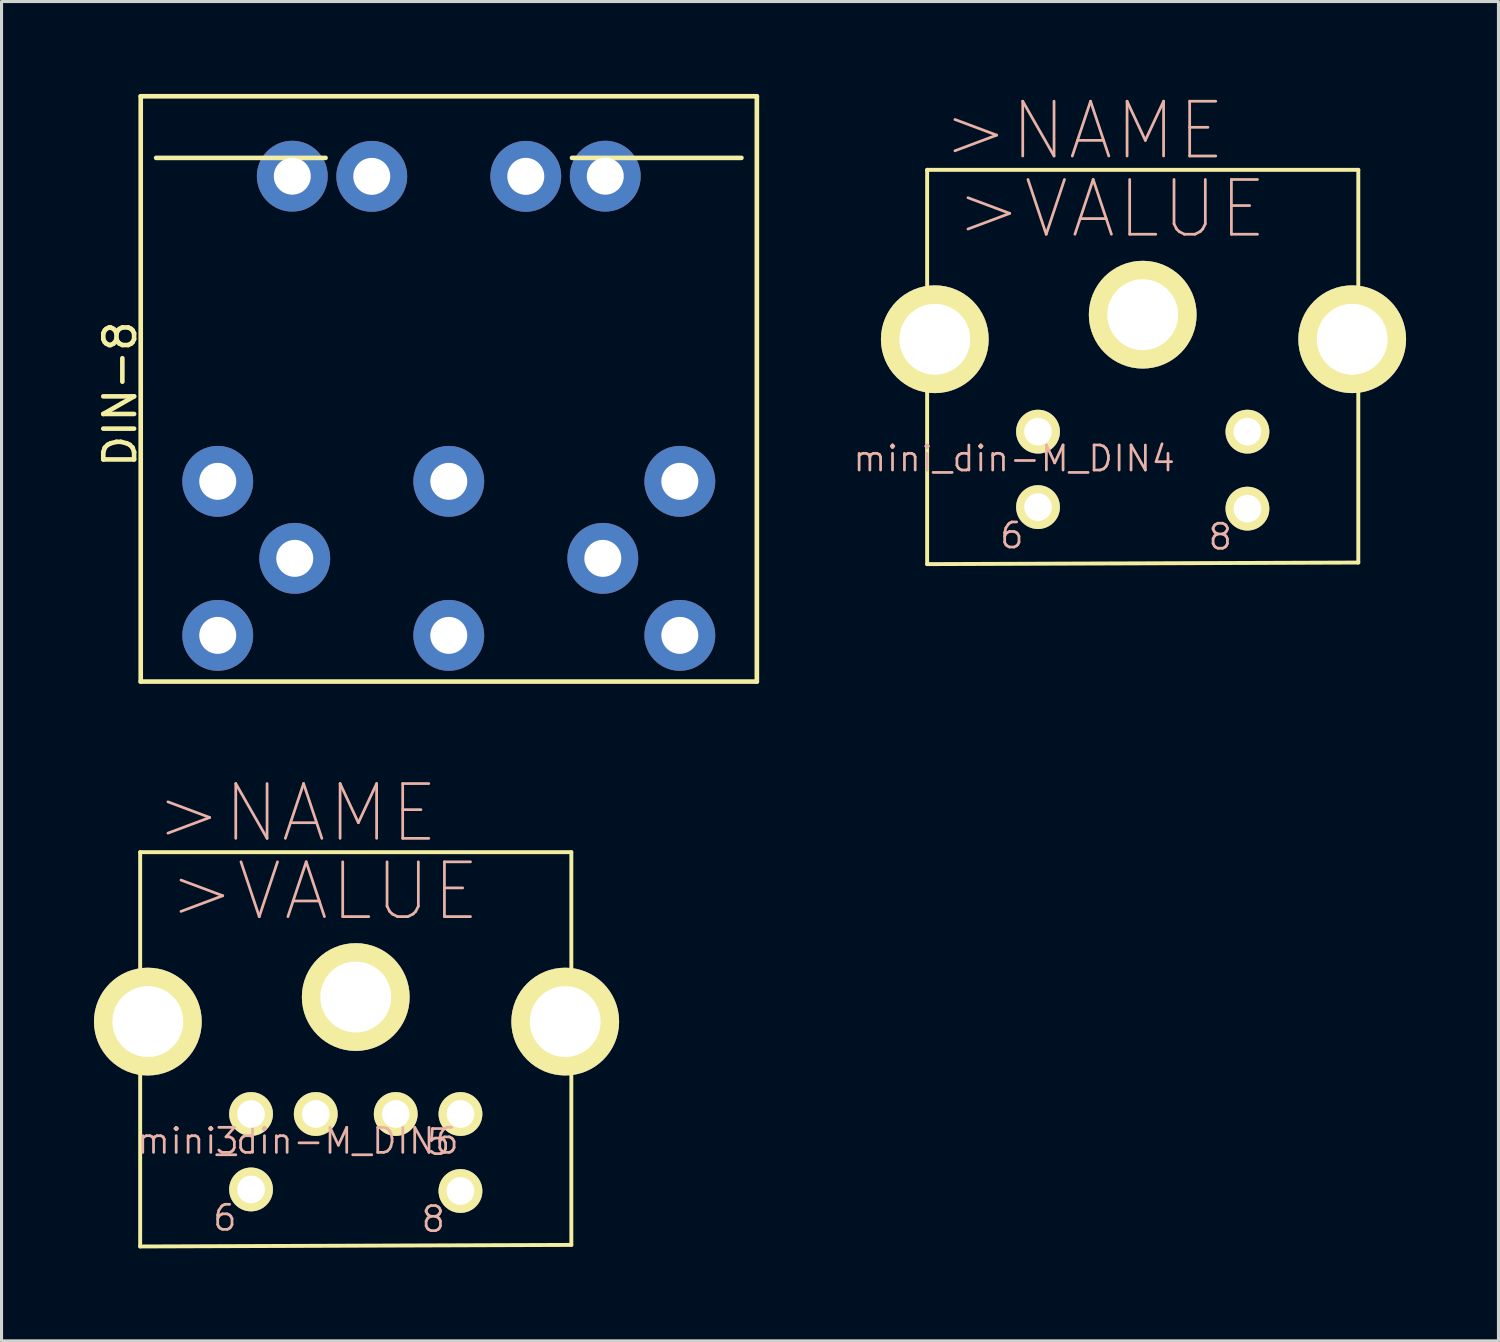
<source format=kicad_pcb>
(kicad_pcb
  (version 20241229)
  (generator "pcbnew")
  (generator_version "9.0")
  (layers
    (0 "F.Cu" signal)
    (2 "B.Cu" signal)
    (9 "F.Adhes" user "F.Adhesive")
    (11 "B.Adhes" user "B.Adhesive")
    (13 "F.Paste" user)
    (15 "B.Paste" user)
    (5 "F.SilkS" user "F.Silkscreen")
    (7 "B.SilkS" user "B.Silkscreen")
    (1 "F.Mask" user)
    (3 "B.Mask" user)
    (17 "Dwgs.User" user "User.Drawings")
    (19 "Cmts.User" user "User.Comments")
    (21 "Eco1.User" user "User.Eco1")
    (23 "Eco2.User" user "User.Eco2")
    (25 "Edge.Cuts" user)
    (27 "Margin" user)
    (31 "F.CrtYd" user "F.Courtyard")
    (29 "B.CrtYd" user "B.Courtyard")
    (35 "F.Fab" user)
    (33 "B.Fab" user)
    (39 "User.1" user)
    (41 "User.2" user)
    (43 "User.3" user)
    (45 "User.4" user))
  (footprint "DIN-8"
    (layer "F.Cu")
    (at 11.518 12.575)
    (property "Reference" "DIN-8" (at -10.67 -2.83 270) (layer "F.SilkS") (effects (font (size 1 1) (thickness 0.15))))
    (attr through_hole)
    (fp_line (start -10 -12.5) (end -10 6.5) (stroke (width 0.15) (type solid)) (layer "F.SilkS"))
    (fp_line (start -10 6.5) (end 10 6.5) (stroke (width 0.15) (type solid)) (layer "F.SilkS"))
    (fp_line (start -9.5 -10.5) (end -4 -10.5) (stroke (width 0.15) (type solid)) (layer "F.SilkS"))
    (fp_line (start 4 -10.5) (end 9.5 -10.5) (stroke (width 0.15) (type solid)) (layer "F.SilkS"))
    (fp_line (start 10 -12.5) (end -10 -12.5) (stroke (width 0.15) (type solid)) (layer "F.SilkS"))
    (fp_line (start 10 6.5) (end 10 -12.5) (stroke (width 0.15) (type solid)) (layer "F.SilkS"))
    (pad "" thru_hole circle (at -5.08 -9.906) (size 2.3 2.3) (drill 1.2) (layers "*.Cu" "*.Mask"))
    (pad "" thru_hole circle (at -2.5 -9.9) (size 2.3 2.3) (drill 1.2) (layers "*.Cu" "*.Mask"))
    (pad "" thru_hole circle (at 2.5 -9.9) (size 2.3 2.3) (drill 1.2) (layers "*.Cu" "*.Mask"))
    (pad "" thru_hole circle (at 5.08 -9.906) (size 2.3 2.3) (drill 1.2) (layers "*.Cu" "*.Mask"))
    (pad "1" thru_hole circle (at -7.5 0) (size 2.3 2.3) (drill 1.2) (layers "*.Cu" "*.Mask"))
    (pad "2" thru_hole circle (at 0 0) (size 2.3 2.3) (drill 1.2) (layers "*.Cu" "*.Mask"))
    (pad "3" thru_hole circle (at 7.5 0) (size 2.3 2.3) (drill 1.2) (layers "*.Cu" "*.Mask"))
    (pad "4" thru_hole circle (at -5 2.5) (size 2.3 2.3) (drill 1.2) (layers "*.Cu" "*.Mask"))
    (pad "5" thru_hole circle (at 5 2.5) (size 2.3 2.3) (drill 1.2) (layers "*.Cu" "*.Mask"))
    (pad "6" thru_hole circle (at -7.5 5) (size 2.3 2.3) (drill 1.2) (layers "*.Cu" "*.Mask"))
    (pad "7" thru_hole circle (at 7.5 5) (size 2.3 2.3) (drill 1.2) (layers "*.Cu" "*.Mask"))
    (pad "8" thru_hole circle (at 0 5) (size 2.3 2.3) (drill 1.2) (layers "*.Cu" "*.Mask")))
  (footprint "mini_din-M_DIN6"
    (layer "F.Cu")
    (at 8.498 29.363)
    (property "Reference" "mini_din-M_DIN6" (at -1.88 4.623 0) (layer "B.SilkS") (effects (font (size 0.813 0.813) (thickness 0.089))))
    (attr exclude_from_pos_files exclude_from_bom)
    (fp_line (start -6.998 -4.75) (end -6.998 -0.249) (stroke (width 0.127) (type solid)) (layer "F.SilkS"))
    (fp_line (start -6.998 -0.249) (end -6.998 8.049) (stroke (width 0.127) (type solid)) (layer "F.SilkS"))
    (fp_line (start -6.998 -0.249) (end -6.698 -0.249) (stroke (width 0.127) (type solid)) (layer "F.SilkS"))
    (fp_line (start -6.998 8.049) (end 6.998 7.998) (stroke (width 0.127) (type solid)) (layer "F.SilkS"))
    (fp_line (start -6.698 -0.249) (end -6.698 1.748) (stroke (width 0.127) (type solid)) (layer "F.SilkS"))
    (fp_line (start -6.698 1.748) (end -6.949 1.748) (stroke (width 0.127) (type solid)) (layer "F.SilkS"))
    (fp_line (start 6.698 -0.249) (end 6.698 1.748) (stroke (width 0.127) (type solid)) (layer "F.SilkS"))
    (fp_line (start 6.698 1.748) (end 6.998 1.748) (stroke (width 0.127) (type solid)) (layer "F.SilkS"))
    (fp_line (start 6.998 -4.75) (end -6.998 -4.75) (stroke (width 0.127) (type solid)) (layer "F.SilkS"))
    (fp_line (start 6.998 -0.249) (end 6.698 -0.249) (stroke (width 0.127) (type solid)) (layer "F.SilkS"))
    (fp_line (start 6.998 -0.249) (end 6.998 -4.75) (stroke (width 0.127) (type solid)) (layer "F.SilkS"))
    (fp_line (start 6.998 1.748) (end 6.998 -0.249) (stroke (width 0.127) (type solid)) (layer "F.SilkS"))
    (fp_line (start 6.998 7.998) (end 6.998 1.748) (stroke (width 0.127) (type solid)) (layer "F.SilkS"))
    (fp_text user ">NAME" (at -1.905 -6.017 0) (layer "B.SilkS") (effects (font (size 1.778 1.778) (thickness 0.089))))
    (fp_text user "6" (at -4.249 7.122 0) (layer "B.SilkS") (effects (font (size 0.813 0.813) (thickness 0.089))))
    (fp_text user "5" (at 2.685 4.663 0) (layer "B.SilkS") (effects (font (size 0.813 0.813) (thickness 0.089))))
    (fp_text user "3" (at -4.173 4.623 0) (layer "B.SilkS") (effects (font (size 0.813 0.813) (thickness 0.089))))
    (fp_text user ">VALUE" (at -1.016 -3.477 0) (layer "B.SilkS") (effects (font (size 1.778 1.778) (thickness 0.089))))
    (fp_text user "8" (at 2.517 7.163 0) (layer "B.SilkS") (effects (font (size 0.813 0.813) (thickness 0.089))))
    (pad "1" thru_hole circle (at -1.298 3.749) (size 1.422 1.422) (drill 0.899) (layers "*.Cu" "F.Mask" "F.SilkS" "F.Paste"))
    (pad "2" thru_hole circle (at 1.298 3.749) (size 1.422 1.422) (drill 0.899) (layers "*.Cu" "F.Mask" "F.SilkS" "F.Paste"))
    (pad "3" thru_hole circle (at -3.399 3.749) (size 1.422 1.422) (drill 0.899) (layers "*.Cu" "F.Mask" "F.SilkS" "F.Paste"))
    (pad "5" thru_hole circle (at 3.399 3.749) (size 1.422 1.422) (drill 0.899) (layers "*.Cu" "F.Mask" "F.SilkS" "F.Paste"))
    (pad "6" thru_hole circle (at -3.399 6.198) (size 1.422 1.422) (drill 0.899) (layers "*.Cu" "F.Mask" "F.SilkS" "F.Paste"))
    (pad "8" thru_hole circle (at 3.399 6.248) (size 1.422 1.422) (drill 0.899) (layers "*.Cu" "F.Mask" "F.SilkS" "F.Paste"))
    (pad "SH1" thru_hole circle (at 6.8 0.749) (size 3.498 3.498) (drill 2.299) (layers "*.Cu" "F.Mask" "F.SilkS" "F.Paste"))
    (pad "SH2" thru_hole circle (at 0 -0.048) (size 3.498 3.498) (drill 2.299) (layers "*.Cu" "F.Mask" "F.SilkS" "F.Paste"))
    (pad "SH3" thru_hole circle (at -6.749 0.749) (size 3.498 3.498) (drill 2.299) (layers "*.Cu" "F.Mask" "F.SilkS" "F.Paste")))
  (footprint "mini_din-M_DIN4"
    (layer "F.Cu")
    (at 34.044 7.213)
    (property "Reference" "mini_din-M_DIN4" (at -4.173 4.623 0) (layer "B.SilkS") (effects (font (size 0.813 0.813) (thickness 0.089))))
    (attr exclude_from_pos_files exclude_from_bom)
    (fp_line (start -6.998 -4.75) (end -6.998 -0.249) (stroke (width 0.127) (type solid)) (layer "F.SilkS"))
    (fp_line (start -6.998 -0.249) (end -6.998 8.049) (stroke (width 0.127) (type solid)) (layer "F.SilkS"))
    (fp_line (start -6.998 -0.249) (end -6.698 -0.249) (stroke (width 0.127) (type solid)) (layer "F.SilkS"))
    (fp_line (start -6.998 8.049) (end 6.998 7.998) (stroke (width 0.127) (type solid)) (layer "F.SilkS"))
    (fp_line (start -6.698 -0.249) (end -6.698 1.748) (stroke (width 0.127) (type solid)) (layer "F.SilkS"))
    (fp_line (start -6.698 1.748) (end -6.949 1.748) (stroke (width 0.127) (type solid)) (layer "F.SilkS"))
    (fp_line (start 6.698 -0.249) (end 6.698 1.748) (stroke (width 0.127) (type solid)) (layer "F.SilkS"))
    (fp_line (start 6.698 1.748) (end 6.998 1.748) (stroke (width 0.127) (type solid)) (layer "F.SilkS"))
    (fp_line (start 6.998 -4.75) (end -6.998 -4.75) (stroke (width 0.127) (type solid)) (layer "F.SilkS"))
    (fp_line (start 6.998 -0.249) (end 6.698 -0.249) (stroke (width 0.127) (type solid)) (layer "F.SilkS"))
    (fp_line (start 6.998 -0.249) (end 6.998 -4.75) (stroke (width 0.127) (type solid)) (layer "F.SilkS"))
    (fp_line (start 6.998 1.748) (end 6.998 -0.249) (stroke (width 0.127) (type solid)) (layer "F.SilkS"))
    (fp_line (start 6.998 7.998) (end 6.998 1.748) (stroke (width 0.127) (type solid)) (layer "F.SilkS"))
    (fp_text user "6" (at -4.249 7.122 0) (layer "B.SilkS") (effects (font (size 0.813 0.813) (thickness 0.089))))
    (fp_text user "8" (at 2.517 7.163 0) (layer "B.SilkS") (effects (font (size 0.813 0.813) (thickness 0.089))))
    (fp_text user ">NAME" (at -1.905 -6.017 0) (layer "B.SilkS") (effects (font (size 1.778 1.778) (thickness 0.089))))
    (fp_text user ">VALUE" (at -1.016 -3.477 0) (layer "B.SilkS") (effects (font (size 1.778 1.778) (thickness 0.089))))
    (pad "3" thru_hole circle (at -3.399 3.749) (size 1.422 1.422) (drill 0.899) (layers "*.Cu" "F.Mask" "F.SilkS" "F.Paste"))
    (pad "5" thru_hole circle (at 3.399 3.749) (size 1.422 1.422) (drill 0.899) (layers "*.Cu" "F.Mask" "F.SilkS" "F.Paste"))
    (pad "6" thru_hole circle (at -3.399 6.198) (size 1.422 1.422) (drill 0.899) (layers "*.Cu" "F.Mask" "F.SilkS" "F.Paste"))
    (pad "8" thru_hole circle (at 3.399 6.248) (size 1.422 1.422) (drill 0.899) (layers "*.Cu" "F.Mask" "F.SilkS" "F.Paste"))
    (pad "SH1" thru_hole circle (at 6.8 0.749) (size 3.498 3.498) (drill 2.299) (layers "*.Cu" "F.Mask" "F.SilkS" "F.Paste"))
    (pad "SH2" thru_hole circle (at 0 -0.048) (size 3.498 3.498) (drill 2.299) (layers "*.Cu" "F.Mask" "F.SilkS" "F.Paste"))
    (pad "SH3" thru_hole circle (at -6.749 0.749) (size 3.498 3.498) (drill 2.299) (layers "*.Cu" "F.Mask" "F.SilkS" "F.Paste")))
  (gr_rect
    (start -3 -3)
    (end 45.592 40.476)
    (stroke (width 0.1) (type default))
    (fill no)
    (layer "Edge.Cuts")))
</source>
